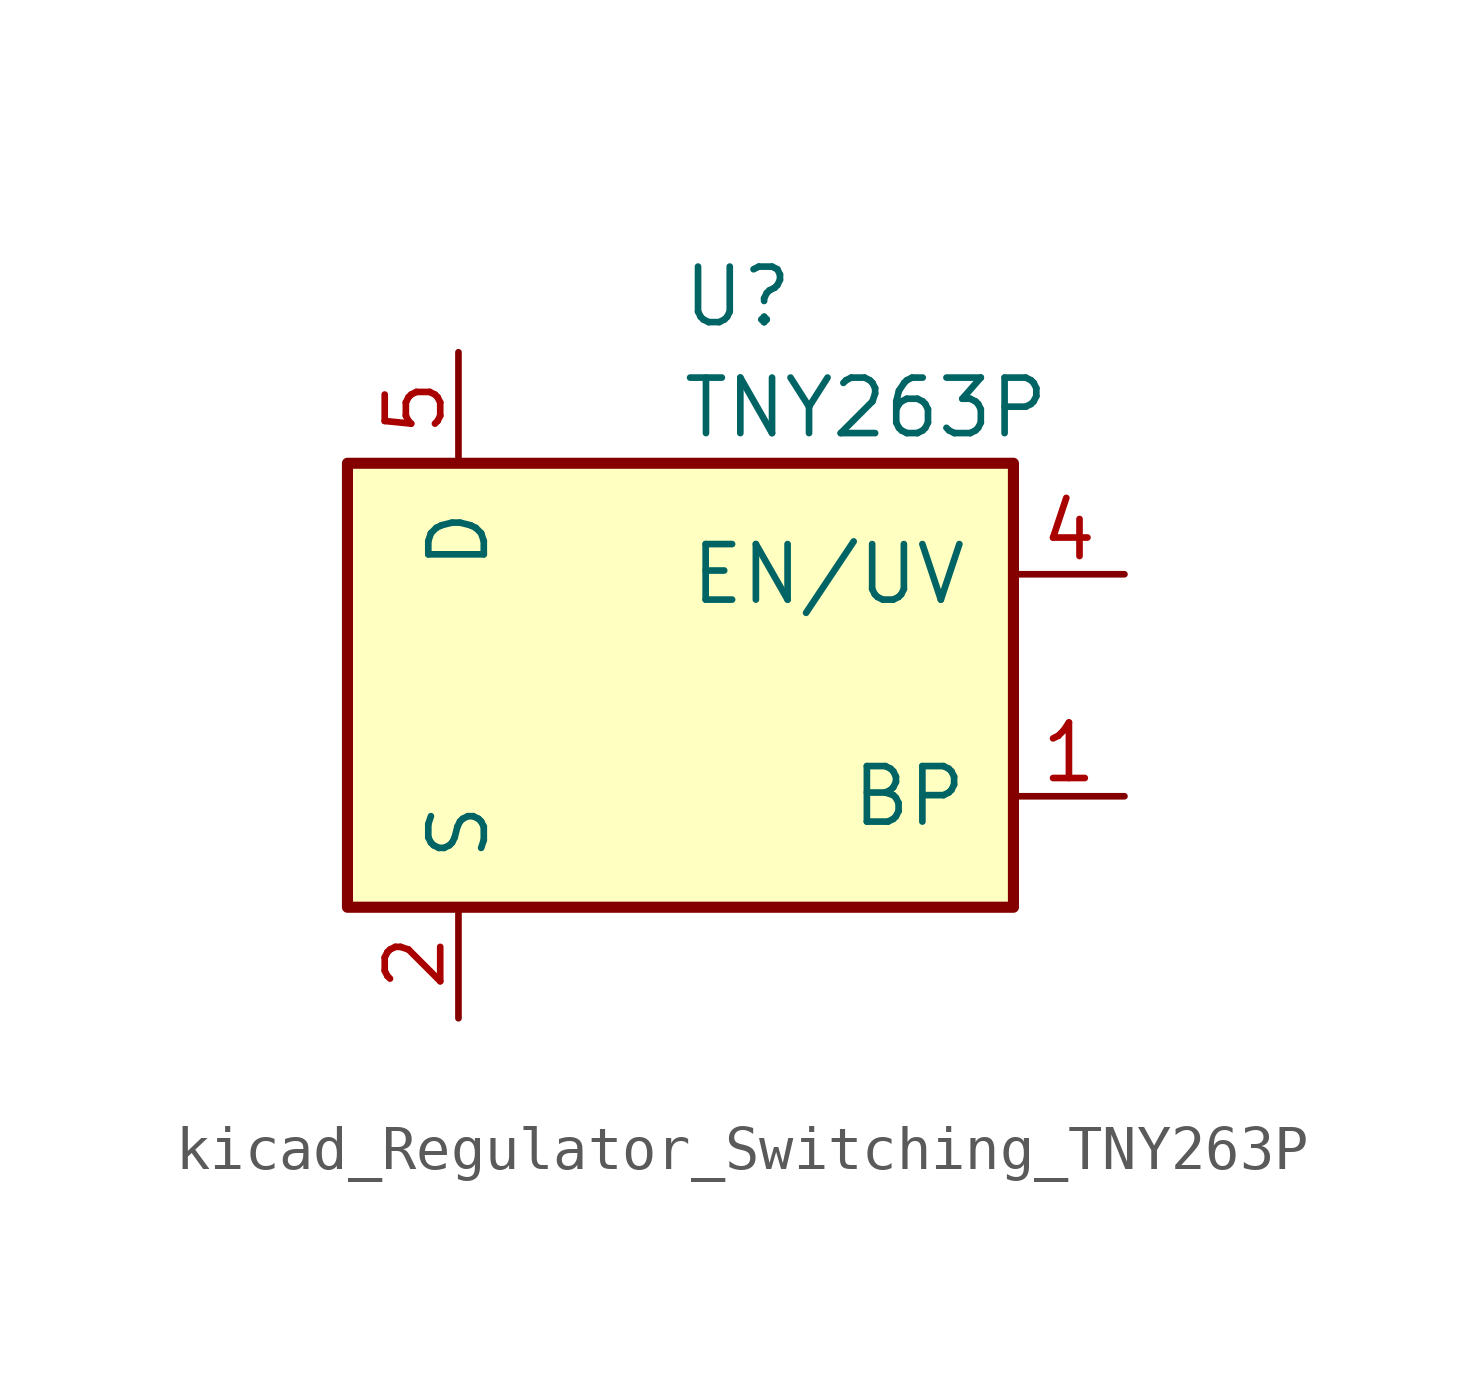
<source format=kicad_sym>
(kicad_symbol_lib
  (version 20220914)
  (generator kicad_symbol_editor)
  (symbol "kicad_Regulator_Switching_TNY263P"
    (pin_names
      (offset 1.016))
    (property "Reference" "U"
      (at 0 8.89 0)
      (effects (font (size 1.27 1.27)) (justify left)))
    (property "Value" "TNY263P"
      (at 0 6.35 0)
      (effects (font (size 1.27 1.27)) (justify left)))
    (symbol "kicad_Regulator_Switching_TNY263P_0_1"
      (rectangle (start -7.62 5.08) (end 7.62 -5.08) (stroke (width 0.254) (type default)) (fill (type background))))
    (symbol "kicad_Regulator_Switching_TNY263P_1_1"
      (pin input line (at 10.16 -2.54 180) (length 2.54) (name "BP" (effects (font (size 1.27 1.27)))) (number "1" (effects (font (size 1.27 1.27)))))
      (pin power_in line (at -5.08 -7.62 90) (length 2.54) (name "S" (effects (font (size 1.27 1.27)))) (number "2" (effects (font (size 1.27 1.27)))))
      (pin passive line (at -5.08 -7.62 90) (length 2.54) hide (name "S" (effects (font (size 1.27 1.27)))) (number "3" (effects (font (size 1.27 1.27)))))
      (pin input line (at 10.16 2.54 180) (length 2.54) (name "EN/UV" (effects (font (size 1.27 1.27)))) (number "4" (effects (font (size 1.27 1.27)))))
      (pin open_collector line (at -5.08 7.62 270) (length 2.54) (name "D" (effects (font (size 1.27 1.27)))) (number "5" (effects (font (size 1.27 1.27)))))
      (pin passive line (at -5.08 -7.62 90) (length 2.54) hide (name "S" (effects (font (size 1.27 1.27)))) (number "7" (effects (font (size 1.27 1.27)))))
      (pin passive line (at -5.08 -7.62 90) (length 2.54) hide (name "S" (effects (font (size 1.27 1.27)))) (number "8" (effects (font (size 1.27 1.27))))))))
</source>
